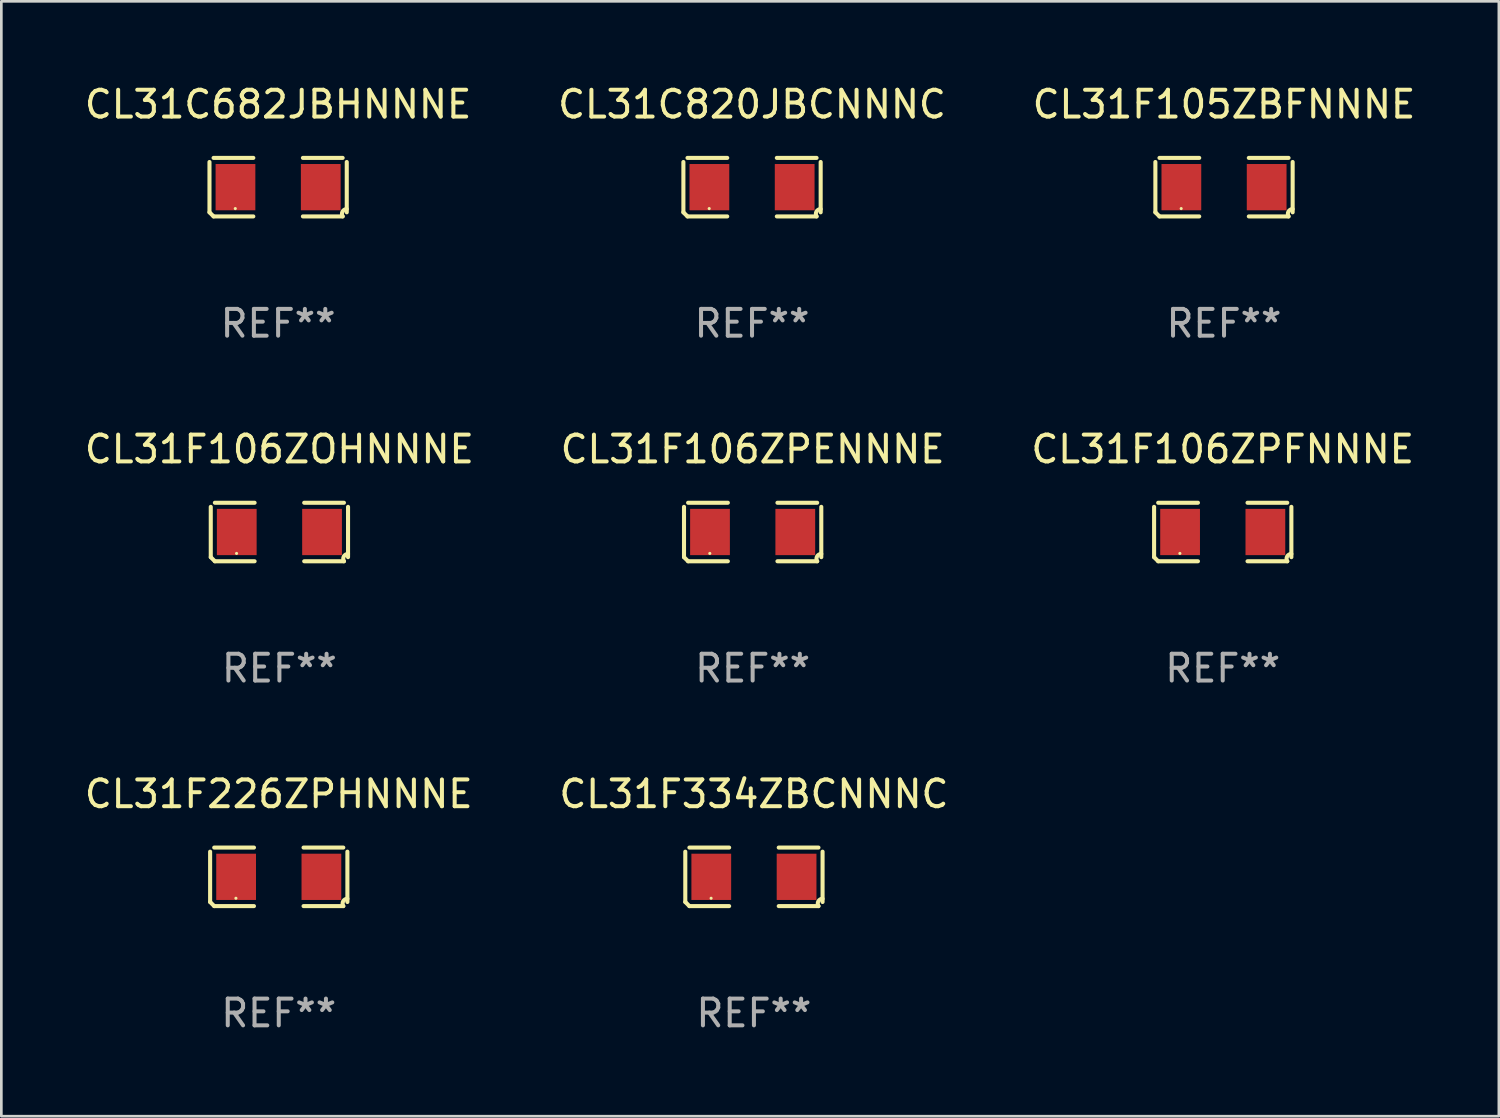
<source format=kicad_pcb>
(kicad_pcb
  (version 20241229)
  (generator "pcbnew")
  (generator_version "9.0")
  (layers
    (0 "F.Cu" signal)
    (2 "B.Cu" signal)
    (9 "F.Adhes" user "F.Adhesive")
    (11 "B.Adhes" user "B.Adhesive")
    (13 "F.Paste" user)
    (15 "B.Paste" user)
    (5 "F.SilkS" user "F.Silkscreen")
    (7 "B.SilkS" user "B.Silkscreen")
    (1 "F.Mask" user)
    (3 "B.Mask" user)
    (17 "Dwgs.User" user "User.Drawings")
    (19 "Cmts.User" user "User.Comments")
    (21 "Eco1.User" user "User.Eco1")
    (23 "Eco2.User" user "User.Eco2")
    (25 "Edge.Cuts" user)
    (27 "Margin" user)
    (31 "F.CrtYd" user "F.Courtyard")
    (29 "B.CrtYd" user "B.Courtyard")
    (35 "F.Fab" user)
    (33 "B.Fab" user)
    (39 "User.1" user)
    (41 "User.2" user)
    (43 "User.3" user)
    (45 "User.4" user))
  (footprint "CL31F106ZPFNNNE"
    (layer "F.Cu")
    (at 42.625 16.823)
    (property "Reference" "CL31F106ZPFNNNE" (at 0 -3.093 0) (layer "F.SilkS") (effects (font (size 1 1) (thickness 0.15))))
    (attr through_hole)
    (fp_line (start -2.564 0.94) (end -2.564 -0.94) (stroke (width 0.152) (type solid)) (layer "F.SilkS"))
    (fp_line (start -2.411 -1.093) (end -0.926 -1.093) (stroke (width 0.152) (type solid)) (layer "F.SilkS"))
    (fp_line (start -0.926 1.093) (end -2.411 1.093) (stroke (width 0.152) (type solid)) (layer "F.SilkS"))
    (fp_line (start 0.926 1.093) (end 2.411 1.093) (stroke (width 0.152) (type solid)) (layer "F.SilkS"))
    (fp_line (start 2.411 -1.093) (end 0.926 -1.093) (stroke (width 0.152) (type solid)) (layer "F.SilkS"))
    (fp_line (start 2.564 0.94) (end 2.564 -0.94) (stroke (width 0.152) (type solid)) (layer "F.SilkS"))
    (fp_arc (start -2.411201 1.092609) (mid -2.487413 1.01642) (end -2.563602 0.940208) (stroke (width 0.1524) (type solid)) (layer "F.SilkS"))
    (fp_arc (start 2.411201 1.092609) (mid 2.407159 0.911226) (end 2.563602 0.819347) (stroke (width 0.1524) (type solid)) (layer "F.SilkS"))
    (fp_circle (center -1.6 0.8) (end -1.57 0.8) (stroke (width 0.06) (type solid)) (fill no) (layer "F.SilkS"))
    (fp_text user "REF**" (at 0 5.093 0) (layer "F.Fab") (effects (font (size 1 1) (thickness 0.15))))
    (pad "1" smd rect (at -1.593 0) (size 1.485 1.728) (layers "F.Cu" "F.Mask" "F.Paste"))
    (pad "2" smd rect (at 1.593 0) (size 1.485 1.728) (layers "F.Cu" "F.Mask" "F.Paste")))
  (footprint "CL31F106ZPENNNE"
    (layer "F.Cu")
    (at 25.065 16.823)
    (property "Reference" "CL31F106ZPENNNE" (at 0 -3.093 0) (layer "F.SilkS") (effects (font (size 1 1) (thickness 0.15))))
    (attr through_hole)
    (fp_line (start -2.564 0.94) (end -2.564 -0.94) (stroke (width 0.152) (type solid)) (layer "F.SilkS"))
    (fp_line (start -2.411 -1.093) (end -0.926 -1.093) (stroke (width 0.152) (type solid)) (layer "F.SilkS"))
    (fp_line (start -0.926 1.093) (end -2.411 1.093) (stroke (width 0.152) (type solid)) (layer "F.SilkS"))
    (fp_line (start 0.926 1.093) (end 2.411 1.093) (stroke (width 0.152) (type solid)) (layer "F.SilkS"))
    (fp_line (start 2.411 -1.093) (end 0.926 -1.093) (stroke (width 0.152) (type solid)) (layer "F.SilkS"))
    (fp_line (start 2.564 0.94) (end 2.564 -0.94) (stroke (width 0.152) (type solid)) (layer "F.SilkS"))
    (fp_arc (start -2.411201 1.092609) (mid -2.487413 1.01642) (end -2.563602 0.940208) (stroke (width 0.1524) (type solid)) (layer "F.SilkS"))
    (fp_arc (start 2.411201 1.092609) (mid 2.407159 0.911226) (end 2.563602 0.819347) (stroke (width 0.1524) (type solid)) (layer "F.SilkS"))
    (fp_circle (center -1.6 0.8) (end -1.57 0.8) (stroke (width 0.06) (type solid)) (fill no) (layer "F.SilkS"))
    (fp_text user "REF**" (at 0 5.093 0) (layer "F.Fab") (effects (font (size 1 1) (thickness 0.15))))
    (pad "1" smd rect (at -1.593 0) (size 1.485 1.728) (layers "F.Cu" "F.Mask" "F.Paste"))
    (pad "2" smd rect (at 1.593 0) (size 1.485 1.728) (layers "F.Cu" "F.Mask" "F.Paste")))
  (footprint "CL31C820JBCNNNC"
    (layer "F.Cu")
    (at 25.042 3.941)
    (property "Reference" "CL31C820JBCNNNC" (at 0 -3.093 0) (layer "F.SilkS") (effects (font (size 1 1) (thickness 0.15))))
    (attr through_hole)
    (fp_line (start -2.564 0.94) (end -2.564 -0.94) (stroke (width 0.152) (type solid)) (layer "F.SilkS"))
    (fp_line (start -2.411 -1.093) (end -0.926 -1.093) (stroke (width 0.152) (type solid)) (layer "F.SilkS"))
    (fp_line (start -0.926 1.093) (end -2.411 1.093) (stroke (width 0.152) (type solid)) (layer "F.SilkS"))
    (fp_line (start 0.926 1.093) (end 2.411 1.093) (stroke (width 0.152) (type solid)) (layer "F.SilkS"))
    (fp_line (start 2.411 -1.093) (end 0.926 -1.093) (stroke (width 0.152) (type solid)) (layer "F.SilkS"))
    (fp_line (start 2.564 0.94) (end 2.564 -0.94) (stroke (width 0.152) (type solid)) (layer "F.SilkS"))
    (fp_arc (start -2.411201 1.092609) (mid -2.487413 1.01642) (end -2.563602 0.940208) (stroke (width 0.1524) (type solid)) (layer "F.SilkS"))
    (fp_arc (start 2.411201 1.092609) (mid 2.407159 0.911226) (end 2.563602 0.819347) (stroke (width 0.1524) (type solid)) (layer "F.SilkS"))
    (fp_circle (center -1.6 0.8) (end -1.57 0.8) (stroke (width 0.06) (type solid)) (fill no) (layer "F.SilkS"))
    (fp_text user "REF**" (at 0 5.093 0) (layer "F.Fab") (effects (font (size 1 1) (thickness 0.15))))
    (pad "1" smd rect (at -1.593 0) (size 1.485 1.728) (layers "F.Cu" "F.Mask" "F.Paste"))
    (pad "2" smd rect (at 1.593 0) (size 1.485 1.728) (layers "F.Cu" "F.Mask" "F.Paste")))
  (footprint "CL31F334ZBCNNNC"
    (layer "F.Cu")
    (at 25.113 29.704)
    (property "Reference" "CL31F334ZBCNNNC" (at 0 -3.093 0) (layer "F.SilkS") (effects (font (size 1 1) (thickness 0.15))))
    (attr through_hole)
    (fp_line (start -2.564 0.94) (end -2.564 -0.94) (stroke (width 0.152) (type solid)) (layer "F.SilkS"))
    (fp_line (start -2.411 -1.093) (end -0.926 -1.093) (stroke (width 0.152) (type solid)) (layer "F.SilkS"))
    (fp_line (start -0.926 1.093) (end -2.411 1.093) (stroke (width 0.152) (type solid)) (layer "F.SilkS"))
    (fp_line (start 0.926 1.093) (end 2.411 1.093) (stroke (width 0.152) (type solid)) (layer "F.SilkS"))
    (fp_line (start 2.411 -1.093) (end 0.926 -1.093) (stroke (width 0.152) (type solid)) (layer "F.SilkS"))
    (fp_line (start 2.564 0.94) (end 2.564 -0.94) (stroke (width 0.152) (type solid)) (layer "F.SilkS"))
    (fp_arc (start -2.411201 1.092609) (mid -2.487413 1.01642) (end -2.563602 0.940208) (stroke (width 0.1524) (type solid)) (layer "F.SilkS"))
    (fp_arc (start 2.411201 1.092609) (mid 2.407159 0.911226) (end 2.563602 0.819347) (stroke (width 0.1524) (type solid)) (layer "F.SilkS"))
    (fp_circle (center -1.6 0.8) (end -1.57 0.8) (stroke (width 0.06) (type solid)) (fill no) (layer "F.SilkS"))
    (fp_text user "REF**" (at 0 5.093 0) (layer "F.Fab") (effects (font (size 1 1) (thickness 0.15))))
    (pad "1" smd rect (at -1.593 0) (size 1.485 1.728) (layers "F.Cu" "F.Mask" "F.Paste"))
    (pad "2" smd rect (at 1.593 0) (size 1.485 1.728) (layers "F.Cu" "F.Mask" "F.Paste")))
  (footprint "CL31F226ZPHNNNE"
    (layer "F.Cu")
    (at 7.363 29.704)
    (property "Reference" "CL31F226ZPHNNNE" (at 0 -3.093 0) (layer "F.SilkS") (effects (font (size 1 1) (thickness 0.15))))
    (attr through_hole)
    (fp_line (start -2.564 0.94) (end -2.564 -0.94) (stroke (width 0.152) (type solid)) (layer "F.SilkS"))
    (fp_line (start -2.411 -1.093) (end -0.926 -1.093) (stroke (width 0.152) (type solid)) (layer "F.SilkS"))
    (fp_line (start -0.926 1.093) (end -2.411 1.093) (stroke (width 0.152) (type solid)) (layer "F.SilkS"))
    (fp_line (start 0.926 1.093) (end 2.411 1.093) (stroke (width 0.152) (type solid)) (layer "F.SilkS"))
    (fp_line (start 2.411 -1.093) (end 0.926 -1.093) (stroke (width 0.152) (type solid)) (layer "F.SilkS"))
    (fp_line (start 2.564 0.94) (end 2.564 -0.94) (stroke (width 0.152) (type solid)) (layer "F.SilkS"))
    (fp_arc (start -2.411201 1.092609) (mid -2.487413 1.01642) (end -2.563602 0.940208) (stroke (width 0.1524) (type solid)) (layer "F.SilkS"))
    (fp_arc (start 2.411201 1.092609) (mid 2.407159 0.911226) (end 2.563602 0.819347) (stroke (width 0.1524) (type solid)) (layer "F.SilkS"))
    (fp_circle (center -1.6 0.8) (end -1.57 0.8) (stroke (width 0.06) (type solid)) (fill no) (layer "F.SilkS"))
    (fp_text user "REF**" (at 0 5.093 0) (layer "F.Fab") (effects (font (size 1 1) (thickness 0.15))))
    (pad "1" smd rect (at -1.593 0) (size 1.485 1.728) (layers "F.Cu" "F.Mask" "F.Paste"))
    (pad "2" smd rect (at 1.593 0) (size 1.485 1.728) (layers "F.Cu" "F.Mask" "F.Paste")))
  (footprint "CL31F106ZOHNNNE"
    (layer "F.Cu")
    (at 7.387 16.823)
    (property "Reference" "CL31F106ZOHNNNE" (at 0 -3.093 0) (layer "F.SilkS") (effects (font (size 1 1) (thickness 0.15))))
    (attr through_hole)
    (fp_line (start -2.564 0.94) (end -2.564 -0.94) (stroke (width 0.152) (type solid)) (layer "F.SilkS"))
    (fp_line (start -2.411 -1.093) (end -0.926 -1.093) (stroke (width 0.152) (type solid)) (layer "F.SilkS"))
    (fp_line (start -0.926 1.093) (end -2.411 1.093) (stroke (width 0.152) (type solid)) (layer "F.SilkS"))
    (fp_line (start 0.926 1.093) (end 2.411 1.093) (stroke (width 0.152) (type solid)) (layer "F.SilkS"))
    (fp_line (start 2.411 -1.093) (end 0.926 -1.093) (stroke (width 0.152) (type solid)) (layer "F.SilkS"))
    (fp_line (start 2.564 0.94) (end 2.564 -0.94) (stroke (width 0.152) (type solid)) (layer "F.SilkS"))
    (fp_arc (start -2.411201 1.092609) (mid -2.487413 1.01642) (end -2.563602 0.940208) (stroke (width 0.1524) (type solid)) (layer "F.SilkS"))
    (fp_arc (start 2.411201 1.092609) (mid 2.407159 0.911226) (end 2.563602 0.819347) (stroke (width 0.1524) (type solid)) (layer "F.SilkS"))
    (fp_circle (center -1.6 0.8) (end -1.57 0.8) (stroke (width 0.06) (type solid)) (fill no) (layer "F.SilkS"))
    (fp_text user "REF**" (at 0 5.093 0) (layer "F.Fab") (effects (font (size 1 1) (thickness 0.15))))
    (pad "1" smd rect (at -1.593 0) (size 1.485 1.728) (layers "F.Cu" "F.Mask" "F.Paste"))
    (pad "2" smd rect (at 1.593 0) (size 1.485 1.728) (layers "F.Cu" "F.Mask" "F.Paste")))
  (footprint "CL31F105ZBFNNNE"
    (layer "F.Cu")
    (at 42.673 3.941)
    (property "Reference" "CL31F105ZBFNNNE" (at 0 -3.093 0) (layer "F.SilkS") (effects (font (size 1 1) (thickness 0.15))))
    (attr through_hole)
    (fp_line (start -2.564 0.94) (end -2.564 -0.94) (stroke (width 0.152) (type solid)) (layer "F.SilkS"))
    (fp_line (start -2.411 -1.093) (end -0.926 -1.093) (stroke (width 0.152) (type solid)) (layer "F.SilkS"))
    (fp_line (start -0.926 1.093) (end -2.411 1.093) (stroke (width 0.152) (type solid)) (layer "F.SilkS"))
    (fp_line (start 0.926 1.093) (end 2.411 1.093) (stroke (width 0.152) (type solid)) (layer "F.SilkS"))
    (fp_line (start 2.411 -1.093) (end 0.926 -1.093) (stroke (width 0.152) (type solid)) (layer "F.SilkS"))
    (fp_line (start 2.564 0.94) (end 2.564 -0.94) (stroke (width 0.152) (type solid)) (layer "F.SilkS"))
    (fp_arc (start -2.411201 1.092609) (mid -2.487413 1.01642) (end -2.563602 0.940208) (stroke (width 0.1524) (type solid)) (layer "F.SilkS"))
    (fp_arc (start 2.411201 1.092609) (mid 2.407159 0.911226) (end 2.563602 0.819347) (stroke (width 0.1524) (type solid)) (layer "F.SilkS"))
    (fp_circle (center -1.6 0.8) (end -1.57 0.8) (stroke (width 0.06) (type solid)) (fill no) (layer "F.SilkS"))
    (fp_text user "REF**" (at 0 5.093 0) (layer "F.Fab") (effects (font (size 1 1) (thickness 0.15))))
    (pad "1" smd rect (at -1.593 0) (size 1.485 1.728) (layers "F.Cu" "F.Mask" "F.Paste"))
    (pad "2" smd rect (at 1.593 0) (size 1.485 1.728) (layers "F.Cu" "F.Mask" "F.Paste")))
  (footprint "CL31C682JBHNNNE"
    (layer "F.Cu")
    (at 7.339 3.941)
    (property "Reference" "CL31C682JBHNNNE" (at 0 -3.093 0) (layer "F.SilkS") (effects (font (size 1 1) (thickness 0.15))))
    (attr through_hole)
    (fp_line (start -2.564 0.94) (end -2.564 -0.94) (stroke (width 0.152) (type solid)) (layer "F.SilkS"))
    (fp_line (start -2.411 -1.093) (end -0.926 -1.093) (stroke (width 0.152) (type solid)) (layer "F.SilkS"))
    (fp_line (start -0.926 1.093) (end -2.411 1.093) (stroke (width 0.152) (type solid)) (layer "F.SilkS"))
    (fp_line (start 0.926 1.093) (end 2.411 1.093) (stroke (width 0.152) (type solid)) (layer "F.SilkS"))
    (fp_line (start 2.411 -1.093) (end 0.926 -1.093) (stroke (width 0.152) (type solid)) (layer "F.SilkS"))
    (fp_line (start 2.564 0.94) (end 2.564 -0.94) (stroke (width 0.152) (type solid)) (layer "F.SilkS"))
    (fp_arc (start -2.411201 1.092609) (mid -2.487413 1.01642) (end -2.563602 0.940208) (stroke (width 0.1524) (type solid)) (layer "F.SilkS"))
    (fp_arc (start 2.411201 1.092609) (mid 2.407159 0.911226) (end 2.563602 0.819347) (stroke (width 0.1524) (type solid)) (layer "F.SilkS"))
    (fp_circle (center -1.6 0.8) (end -1.57 0.8) (stroke (width 0.06) (type solid)) (fill no) (layer "F.SilkS"))
    (fp_text user "REF**" (at 0 5.093 0) (layer "F.Fab") (effects (font (size 1 1) (thickness 0.15))))
    (pad "1" smd rect (at -1.593 0) (size 1.485 1.728) (layers "F.Cu" "F.Mask" "F.Paste"))
    (pad "2" smd rect (at 1.593 0) (size 1.485 1.728) (layers "F.Cu" "F.Mask" "F.Paste")))
  (gr_rect
    (start -3 -3)
    (end 52.94 38.645)
    (stroke (width 0.1) (type default))
    (fill no)
    (layer "Edge.Cuts")))
</source>
